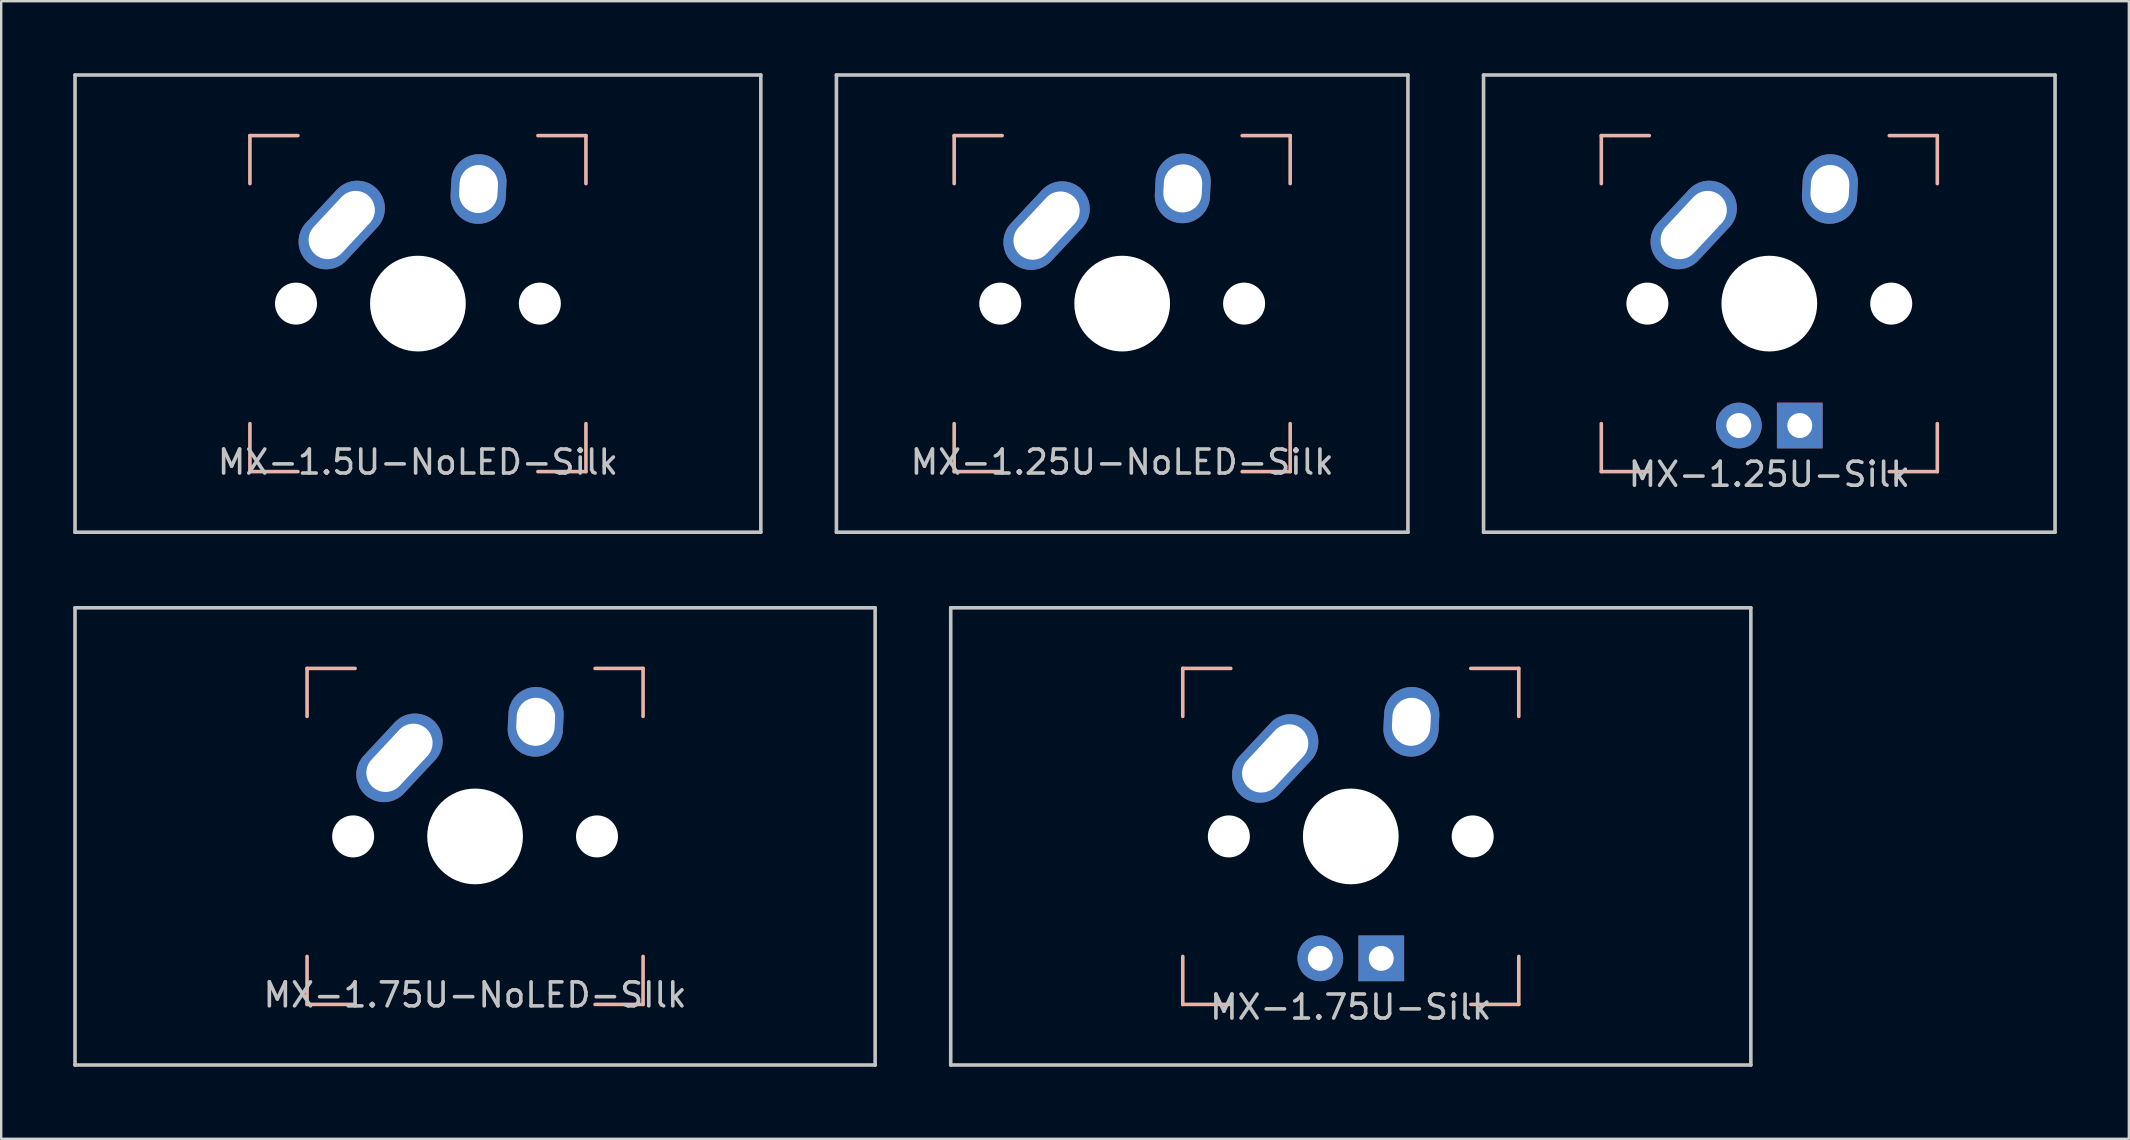
<source format=kicad_pcb>
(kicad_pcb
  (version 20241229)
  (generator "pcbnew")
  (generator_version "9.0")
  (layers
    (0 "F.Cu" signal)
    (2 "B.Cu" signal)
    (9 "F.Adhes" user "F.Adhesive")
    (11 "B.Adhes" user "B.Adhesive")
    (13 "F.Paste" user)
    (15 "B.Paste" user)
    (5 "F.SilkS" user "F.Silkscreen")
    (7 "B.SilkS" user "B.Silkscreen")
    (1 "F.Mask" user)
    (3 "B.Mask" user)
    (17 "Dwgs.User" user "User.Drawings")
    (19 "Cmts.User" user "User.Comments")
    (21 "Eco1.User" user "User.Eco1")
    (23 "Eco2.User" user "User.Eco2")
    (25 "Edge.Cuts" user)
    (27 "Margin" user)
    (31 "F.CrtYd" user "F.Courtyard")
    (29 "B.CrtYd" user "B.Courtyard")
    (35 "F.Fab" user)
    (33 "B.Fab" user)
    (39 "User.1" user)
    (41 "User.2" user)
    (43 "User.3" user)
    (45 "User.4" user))
  (footprint "MX-1.25U-Silk"
    (layer "F.Cu")
    (at 70.669 9.6)
    (property "Reference" "MX-1.25U-Silk" (at 0 7.112 0) (layer "Dwgs.User") (effects (font (size 1 1) (thickness 0.15))))
    (fp_line (start -7 -7) (end -7 -5) (stroke (width 0.15) (type solid)) (layer "B.SilkS"))
    (fp_line (start -7 5) (end -7 7) (stroke (width 0.15) (type solid)) (layer "B.SilkS"))
    (fp_line (start -7 7) (end -5 7) (stroke (width 0.15) (type solid)) (layer "B.SilkS"))
    (fp_line (start -5 -7) (end -7 -7) (stroke (width 0.15) (type solid)) (layer "B.SilkS"))
    (fp_line (start 5 -7) (end 7 -7) (stroke (width 0.15) (type solid)) (layer "B.SilkS"))
    (fp_line (start 5 7) (end 7 7) (stroke (width 0.15) (type solid)) (layer "B.SilkS"))
    (fp_line (start 7 -7) (end 7 -5) (stroke (width 0.15) (type solid)) (layer "B.SilkS"))
    (fp_line (start 7 7) (end 7 5) (stroke (width 0.15) (type solid)) (layer "B.SilkS"))
    (fp_line (start -11.906 -9.525) (end 11.906 -9.525) (stroke (width 0.15) (type solid)) (layer "Dwgs.User"))
    (fp_line (start -11.906 9.525) (end -11.906 -9.525) (stroke (width 0.15) (type solid)) (layer "Dwgs.User"))
    (fp_line (start 11.906 -9.525) (end 11.906 9.525) (stroke (width 0.15) (type solid)) (layer "Dwgs.User"))
    (fp_line (start 11.906 9.525) (end -11.906 9.525) (stroke (width 0.15) (type solid)) (layer "Dwgs.User"))
    (pad "" np_thru_hole circle (at -5.08 0 48.1) (size 1.75 1.75) (drill 1.75) (layers "*.Cu" "*.Mask"))
    (pad "" np_thru_hole circle (at 0 0) (size 3.988 3.988) (drill 3.988) (layers "*.Cu" "*.Mask"))
    (pad "" np_thru_hole circle (at 5.08 0 48.1) (size 1.75 1.75) (drill 1.75) (layers "*.Cu" "*.Mask"))
    (pad "1" thru_hole oval (at -3.15 -3.275 47) (size 4.2 2.3) (drill oval 3.3 1.6) (layers "*.Cu" "*.Mask"))
    (pad "2" thru_hole oval (at 2.525 -4.775 87) (size 2.9 2.3) (drill oval 2 1.6) (layers "*.Cu" "*.Mask"))
    (pad "3" thru_hole circle (at -1.27 5.08) (size 1.905 1.905) (drill 1.04) (layers "*.Cu" "B.Mask"))
    (pad "4" thru_hole rect (at 1.27 5.08) (size 1.905 1.905) (drill 1.04) (layers "*.Cu" "B.Mask")))
  (footprint "MX-1.75U-Silk"
    (layer "F.Cu")
    (at 53.231 31.8)
    (property "Reference" "MX-1.75U-Silk" (at 0 7.112 0) (layer "Dwgs.User") (effects (font (size 1 1) (thickness 0.15))))
    (fp_line (start -7 -7) (end -7 -5) (stroke (width 0.15) (type solid)) (layer "B.SilkS"))
    (fp_line (start -7 5) (end -7 7) (stroke (width 0.15) (type solid)) (layer "B.SilkS"))
    (fp_line (start -7 7) (end -5 7) (stroke (width 0.15) (type solid)) (layer "B.SilkS"))
    (fp_line (start -5 -7) (end -7 -7) (stroke (width 0.15) (type solid)) (layer "B.SilkS"))
    (fp_line (start 5 -7) (end 7 -7) (stroke (width 0.15) (type solid)) (layer "B.SilkS"))
    (fp_line (start 5 7) (end 7 7) (stroke (width 0.15) (type solid)) (layer "B.SilkS"))
    (fp_line (start 7 -7) (end 7 -5) (stroke (width 0.15) (type solid)) (layer "B.SilkS"))
    (fp_line (start 7 7) (end 7 5) (stroke (width 0.15) (type solid)) (layer "B.SilkS"))
    (fp_line (start -16.669 -9.525) (end 16.669 -9.525) (stroke (width 0.15) (type solid)) (layer "Dwgs.User"))
    (fp_line (start -16.669 9.525) (end -16.669 -9.525) (stroke (width 0.15) (type solid)) (layer "Dwgs.User"))
    (fp_line (start 16.669 -9.525) (end 16.669 9.525) (stroke (width 0.15) (type solid)) (layer "Dwgs.User"))
    (fp_line (start 16.669 9.525) (end -16.669 9.525) (stroke (width 0.15) (type solid)) (layer "Dwgs.User"))
    (pad "" np_thru_hole circle (at -5.08 0 48.1) (size 1.75 1.75) (drill 1.75) (layers "*.Cu" "*.Mask"))
    (pad "" np_thru_hole circle (at 0 0) (size 3.988 3.988) (drill 3.988) (layers "*.Cu" "*.Mask"))
    (pad "" np_thru_hole circle (at 5.08 0 48.1) (size 1.75 1.75) (drill 1.75) (layers "*.Cu" "*.Mask"))
    (pad "1" thru_hole oval (at -3.15 -3.25 47) (size 4.2 2.3) (drill oval 3.3 1.6) (layers "*.Cu" "*.Mask"))
    (pad "2" thru_hole oval (at 2.525 -4.775 87) (size 2.9 2.3) (drill oval 2 1.6) (layers "*.Cu" "*.Mask"))
    (pad "3" thru_hole circle (at -1.27 5.08) (size 1.905 1.905) (drill 1.04) (layers "*.Cu" "B.Mask"))
    (pad "4" thru_hole rect (at 1.27 5.08) (size 1.905 1.905) (drill 1.04) (layers "*.Cu" "B.Mask")))
  (footprint "MX-1.75U-NoLED-SIlk"
    (layer "F.Cu")
    (at 16.744 31.8)
    (property "Reference" "MX-1.75U-NoLED-SIlk" (at 0 6.604 0) (layer "Dwgs.User") (effects (font (size 1 1) (thickness 0.15))))
    (fp_line (start -7 -7) (end -7 -5) (stroke (width 0.15) (type solid)) (layer "B.SilkS"))
    (fp_line (start -7 5) (end -7 7) (stroke (width 0.15) (type solid)) (layer "B.SilkS"))
    (fp_line (start -7 7) (end -5 7) (stroke (width 0.15) (type solid)) (layer "B.SilkS"))
    (fp_line (start -5 -7) (end -7 -7) (stroke (width 0.15) (type solid)) (layer "B.SilkS"))
    (fp_line (start 5 -7) (end 7 -7) (stroke (width 0.15) (type solid)) (layer "B.SilkS"))
    (fp_line (start 5 7) (end 7 7) (stroke (width 0.15) (type solid)) (layer "B.SilkS"))
    (fp_line (start 7 -7) (end 7 -5) (stroke (width 0.15) (type solid)) (layer "B.SilkS"))
    (fp_line (start 7 7) (end 7 5) (stroke (width 0.15) (type solid)) (layer "B.SilkS"))
    (fp_line (start -16.669 -9.525) (end 16.669 -9.525) (stroke (width 0.15) (type solid)) (layer "Dwgs.User"))
    (fp_line (start -16.669 9.525) (end -16.669 -9.525) (stroke (width 0.15) (type solid)) (layer "Dwgs.User"))
    (fp_line (start 16.669 -9.525) (end 16.669 9.525) (stroke (width 0.15) (type solid)) (layer "Dwgs.User"))
    (fp_line (start 16.669 9.525) (end -16.669 9.525) (stroke (width 0.15) (type solid)) (layer "Dwgs.User"))
    (pad "" np_thru_hole circle (at -5.08 0 48.1) (size 1.75 1.75) (drill 1.75) (layers "*.Cu" "*.Mask"))
    (pad "" np_thru_hole circle (at 0 0) (size 3.988 3.988) (drill 3.988) (layers "*.Cu" "*.Mask"))
    (pad "" np_thru_hole circle (at 5.08 0 48.1) (size 1.75 1.75) (drill 1.75) (layers "*.Cu" "*.Mask"))
    (pad "1" thru_hole oval (at -3.15 -3.275 47) (size 4.2 2.3) (drill oval 3.3 1.6) (layers "*.Cu" "*.Mask"))
    (pad "2" thru_hole oval (at 2.525 -4.775 87) (size 2.9 2.3) (drill oval 2 1.6) (layers "*.Cu" "*.Mask")))
  (footprint "MX-1.25U-NoLED-Silk"
    (layer "F.Cu")
    (at 43.706 9.6)
    (property "Reference" "MX-1.25U-NoLED-Silk" (at 0 6.604 0) (layer "Dwgs.User") (effects (font (size 1 1) (thickness 0.15))))
    (fp_line (start -7 -7) (end -7 -5) (stroke (width 0.15) (type solid)) (layer "B.SilkS"))
    (fp_line (start -7 5) (end -7 7) (stroke (width 0.15) (type solid)) (layer "B.SilkS"))
    (fp_line (start -7 7) (end -5 7) (stroke (width 0.15) (type solid)) (layer "B.SilkS"))
    (fp_line (start -5 -7) (end -7 -7) (stroke (width 0.15) (type solid)) (layer "B.SilkS"))
    (fp_line (start 5 -7) (end 7 -7) (stroke (width 0.15) (type solid)) (layer "B.SilkS"))
    (fp_line (start 5 7) (end 7 7) (stroke (width 0.15) (type solid)) (layer "B.SilkS"))
    (fp_line (start 7 -7) (end 7 -5) (stroke (width 0.15) (type solid)) (layer "B.SilkS"))
    (fp_line (start 7 7) (end 7 5) (stroke (width 0.15) (type solid)) (layer "B.SilkS"))
    (fp_line (start -11.906 -9.525) (end 11.906 -9.525) (stroke (width 0.15) (type solid)) (layer "Dwgs.User"))
    (fp_line (start -11.906 9.525) (end -11.906 -9.525) (stroke (width 0.15) (type solid)) (layer "Dwgs.User"))
    (fp_line (start 11.906 -9.525) (end 11.906 9.525) (stroke (width 0.15) (type solid)) (layer "Dwgs.User"))
    (fp_line (start 11.906 9.525) (end -11.906 9.525) (stroke (width 0.15) (type solid)) (layer "Dwgs.User"))
    (pad "" np_thru_hole circle (at -5.08 0 48.1) (size 1.75 1.75) (drill 1.75) (layers "*.Cu" "*.Mask"))
    (pad "" np_thru_hole circle (at 0 0) (size 3.988 3.988) (drill 3.988) (layers "*.Cu" "*.Mask"))
    (pad "" np_thru_hole circle (at 5.08 0 48.1) (size 1.75 1.75) (drill 1.75) (layers "*.Cu" "*.Mask"))
    (pad "1" thru_hole oval (at -3.15 -3.25 47) (size 4.2 2.3) (drill oval 3.3 1.6) (layers "*.Cu" "*.Mask"))
    (pad "2" thru_hole oval (at 2.525 -4.8 87) (size 2.9 2.3) (drill oval 2 1.6) (layers "*.Cu" "*.Mask")))
  (footprint "MX-1.5U-NoLED-Silk"
    (layer "F.Cu")
    (at 14.363 9.6)
    (property "Reference" "MX-1.5U-NoLED-Silk" (at 0 6.604 0) (layer "Dwgs.User") (effects (font (size 1 1) (thickness 0.15))))
    (fp_line (start -7 -7) (end -7 -5) (stroke (width 0.15) (type solid)) (layer "B.SilkS"))
    (fp_line (start -7 5) (end -7 7) (stroke (width 0.15) (type solid)) (layer "B.SilkS"))
    (fp_line (start -7 7) (end -5 7) (stroke (width 0.15) (type solid)) (layer "B.SilkS"))
    (fp_line (start -5 -7) (end -7 -7) (stroke (width 0.15) (type solid)) (layer "B.SilkS"))
    (fp_line (start 5 -7) (end 7 -7) (stroke (width 0.15) (type solid)) (layer "B.SilkS"))
    (fp_line (start 5 7) (end 7 7) (stroke (width 0.15) (type solid)) (layer "B.SilkS"))
    (fp_line (start 7 -7) (end 7 -5) (stroke (width 0.15) (type solid)) (layer "B.SilkS"))
    (fp_line (start 7 7) (end 7 5) (stroke (width 0.15) (type solid)) (layer "B.SilkS"))
    (fp_line (start -14.287 -9.525) (end 14.287 -9.525) (stroke (width 0.15) (type solid)) (layer "Dwgs.User"))
    (fp_line (start -14.287 9.525) (end -14.287 -9.525) (stroke (width 0.15) (type solid)) (layer "Dwgs.User"))
    (fp_line (start 14.287 -9.525) (end 14.287 9.525) (stroke (width 0.15) (type solid)) (layer "Dwgs.User"))
    (fp_line (start 14.287 9.525) (end -14.287 9.525) (stroke (width 0.15) (type solid)) (layer "Dwgs.User"))
    (pad "" np_thru_hole circle (at -5.08 0 48.1) (size 1.75 1.75) (drill 1.75) (layers "*.Cu" "*.Mask"))
    (pad "" np_thru_hole circle (at 0 0) (size 3.988 3.988) (drill 3.988) (layers "*.Cu" "*.Mask"))
    (pad "" np_thru_hole circle (at 5.08 0 48.1) (size 1.75 1.75) (drill 1.75) (layers "*.Cu" "*.Mask"))
    (pad "1" thru_hole oval (at -3.175 -3.275 47) (size 4.2 2.3) (drill oval 3.3 1.6) (layers "*.Cu" "*.Mask"))
    (pad "2" thru_hole oval (at 2.525 -4.775 87) (size 2.9 2.3) (drill oval 2 1.6) (layers "*.Cu" "*.Mask")))
  (gr_rect
    (start -3 -3)
    (end 85.65 44.4)
    (stroke (width 0.1) (type default))
    (fill no)
    (layer "Edge.Cuts")))
</source>
